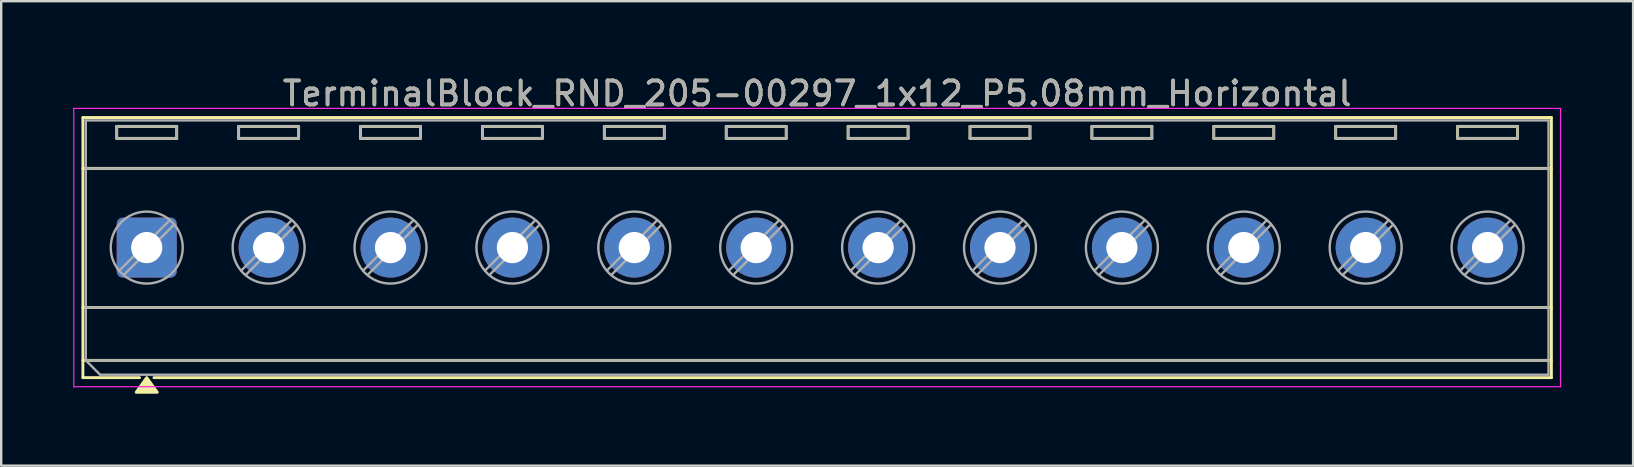
<source format=kicad_pcb>
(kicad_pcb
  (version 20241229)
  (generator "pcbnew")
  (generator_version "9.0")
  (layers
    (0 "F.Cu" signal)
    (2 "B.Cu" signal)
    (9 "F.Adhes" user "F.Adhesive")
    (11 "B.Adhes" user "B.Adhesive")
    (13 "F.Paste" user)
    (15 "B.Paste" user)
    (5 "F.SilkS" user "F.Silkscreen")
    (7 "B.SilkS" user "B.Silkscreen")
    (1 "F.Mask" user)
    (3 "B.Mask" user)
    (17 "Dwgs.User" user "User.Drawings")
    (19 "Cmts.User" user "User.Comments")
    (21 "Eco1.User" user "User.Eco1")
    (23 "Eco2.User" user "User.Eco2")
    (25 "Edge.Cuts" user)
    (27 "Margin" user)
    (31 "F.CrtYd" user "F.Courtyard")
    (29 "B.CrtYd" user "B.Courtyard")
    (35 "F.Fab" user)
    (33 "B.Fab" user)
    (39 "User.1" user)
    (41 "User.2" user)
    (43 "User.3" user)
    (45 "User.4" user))
  (footprint "TerminalBlock_RND_205-00297_1x12_P5.08mm_Horizontal"
    (layer "F.Cu")
    (at 3.065 7.268)
    (property "Reference" "TerminalBlock_RND_205-00297_1x12_P5.08mm_Horizontal" (at 27.94 -6.42 0) (layer "F.SilkS") (effects (font (size 1 1) (thickness 0.15))))
    (attr through_hole)
    (fp_line (start -2.66 -5.42) (end 58.54 -5.42) (stroke (width 0.12) (type solid)) (layer "F.SilkS"))
    (fp_line (start -2.66 -3.3) (end 58.54 -3.3) (stroke (width 0.12) (type solid)) (layer "F.SilkS"))
    (fp_line (start -2.66 2.5) (end 58.54 2.5) (stroke (width 0.12) (type solid)) (layer "F.SilkS"))
    (fp_line (start -2.66 4.7) (end 58.54 4.7) (stroke (width 0.12) (type solid)) (layer "F.SilkS"))
    (fp_line (start -2.66 5.42) (end -2.66 -5.42) (stroke (width 0.12) (type solid)) (layer "F.SilkS"))
    (fp_line (start -1.25 -5.05) (end 1.25 -5.05) (stroke (width 0.12) (type solid)) (layer "F.SilkS"))
    (fp_line (start -1.25 -4.55) (end -1.25 -5.05) (stroke (width 0.12) (type solid)) (layer "F.SilkS"))
    (fp_line (start -0.3 5.42) (end -2.66 5.42) (stroke (width 0.12) (type solid)) (layer "F.SilkS"))
    (fp_line (start 1.25 -5.05) (end 1.25 -4.55) (stroke (width 0.12) (type solid)) (layer "F.SilkS"))
    (fp_line (start 1.25 -4.55) (end -1.25 -4.55) (stroke (width 0.12) (type solid)) (layer "F.SilkS"))
    (fp_line (start 3.83 -5.05) (end 6.33 -5.05) (stroke (width 0.12) (type solid)) (layer "F.SilkS"))
    (fp_line (start 3.83 -4.55) (end 3.83 -5.05) (stroke (width 0.12) (type solid)) (layer "F.SilkS"))
    (fp_line (start 6.33 -5.05) (end 6.33 -4.55) (stroke (width 0.12) (type solid)) (layer "F.SilkS"))
    (fp_line (start 6.33 -4.55) (end 3.83 -4.55) (stroke (width 0.12) (type solid)) (layer "F.SilkS"))
    (fp_line (start 8.91 -5.05) (end 11.41 -5.05) (stroke (width 0.12) (type solid)) (layer "F.SilkS"))
    (fp_line (start 8.91 -4.55) (end 8.91 -5.05) (stroke (width 0.12) (type solid)) (layer "F.SilkS"))
    (fp_line (start 11.41 -5.05) (end 11.41 -4.55) (stroke (width 0.12) (type solid)) (layer "F.SilkS"))
    (fp_line (start 11.41 -4.55) (end 8.91 -4.55) (stroke (width 0.12) (type solid)) (layer "F.SilkS"))
    (fp_line (start 13.99 -5.05) (end 16.49 -5.05) (stroke (width 0.12) (type solid)) (layer "F.SilkS"))
    (fp_line (start 13.99 -4.55) (end 13.99 -5.05) (stroke (width 0.12) (type solid)) (layer "F.SilkS"))
    (fp_line (start 16.49 -5.05) (end 16.49 -4.55) (stroke (width 0.12) (type solid)) (layer "F.SilkS"))
    (fp_line (start 16.49 -4.55) (end 13.99 -4.55) (stroke (width 0.12) (type solid)) (layer "F.SilkS"))
    (fp_line (start 19.07 -5.05) (end 21.57 -5.05) (stroke (width 0.12) (type solid)) (layer "F.SilkS"))
    (fp_line (start 19.07 -4.55) (end 19.07 -5.05) (stroke (width 0.12) (type solid)) (layer "F.SilkS"))
    (fp_line (start 21.57 -5.05) (end 21.57 -4.55) (stroke (width 0.12) (type solid)) (layer "F.SilkS"))
    (fp_line (start 21.57 -4.55) (end 19.07 -4.55) (stroke (width 0.12) (type solid)) (layer "F.SilkS"))
    (fp_line (start 24.15 -5.05) (end 26.65 -5.05) (stroke (width 0.12) (type solid)) (layer "F.SilkS"))
    (fp_line (start 24.15 -4.55) (end 24.15 -5.05) (stroke (width 0.12) (type solid)) (layer "F.SilkS"))
    (fp_line (start 26.65 -5.05) (end 26.65 -4.55) (stroke (width 0.12) (type solid)) (layer "F.SilkS"))
    (fp_line (start 26.65 -4.55) (end 24.15 -4.55) (stroke (width 0.12) (type solid)) (layer "F.SilkS"))
    (fp_line (start 29.23 -5.05) (end 31.73 -5.05) (stroke (width 0.12) (type solid)) (layer "F.SilkS"))
    (fp_line (start 29.23 -4.55) (end 29.23 -5.05) (stroke (width 0.12) (type solid)) (layer "F.SilkS"))
    (fp_line (start 31.73 -5.05) (end 31.73 -4.55) (stroke (width 0.12) (type solid)) (layer "F.SilkS"))
    (fp_line (start 31.73 -4.55) (end 29.23 -4.55) (stroke (width 0.12) (type solid)) (layer "F.SilkS"))
    (fp_line (start 34.31 -5.05) (end 36.81 -5.05) (stroke (width 0.12) (type solid)) (layer "F.SilkS"))
    (fp_line (start 34.31 -4.55) (end 34.31 -5.05) (stroke (width 0.12) (type solid)) (layer "F.SilkS"))
    (fp_line (start 36.81 -5.05) (end 36.81 -4.55) (stroke (width 0.12) (type solid)) (layer "F.SilkS"))
    (fp_line (start 36.81 -4.55) (end 34.31 -4.55) (stroke (width 0.12) (type solid)) (layer "F.SilkS"))
    (fp_line (start 39.39 -5.05) (end 41.89 -5.05) (stroke (width 0.12) (type solid)) (layer "F.SilkS"))
    (fp_line (start 39.39 -4.55) (end 39.39 -5.05) (stroke (width 0.12) (type solid)) (layer "F.SilkS"))
    (fp_line (start 41.89 -5.05) (end 41.89 -4.55) (stroke (width 0.12) (type solid)) (layer "F.SilkS"))
    (fp_line (start 41.89 -4.55) (end 39.39 -4.55) (stroke (width 0.12) (type solid)) (layer "F.SilkS"))
    (fp_line (start 44.47 -5.05) (end 46.97 -5.05) (stroke (width 0.12) (type solid)) (layer "F.SilkS"))
    (fp_line (start 44.47 -4.55) (end 44.47 -5.05) (stroke (width 0.12) (type solid)) (layer "F.SilkS"))
    (fp_line (start 46.97 -5.05) (end 46.97 -4.55) (stroke (width 0.12) (type solid)) (layer "F.SilkS"))
    (fp_line (start 46.97 -4.55) (end 44.47 -4.55) (stroke (width 0.12) (type solid)) (layer "F.SilkS"))
    (fp_line (start 49.55 -5.05) (end 52.05 -5.05) (stroke (width 0.12) (type solid)) (layer "F.SilkS"))
    (fp_line (start 49.55 -4.55) (end 49.55 -5.05) (stroke (width 0.12) (type solid)) (layer "F.SilkS"))
    (fp_line (start 52.05 -5.05) (end 52.05 -4.55) (stroke (width 0.12) (type solid)) (layer "F.SilkS"))
    (fp_line (start 52.05 -4.55) (end 49.55 -4.55) (stroke (width 0.12) (type solid)) (layer "F.SilkS"))
    (fp_line (start 54.63 -5.05) (end 57.13 -5.05) (stroke (width 0.12) (type solid)) (layer "F.SilkS"))
    (fp_line (start 54.63 -4.55) (end 54.63 -5.05) (stroke (width 0.12) (type solid)) (layer "F.SilkS"))
    (fp_line (start 57.13 -5.05) (end 57.13 -4.55) (stroke (width 0.12) (type solid)) (layer "F.SilkS"))
    (fp_line (start 57.13 -4.55) (end 54.63 -4.55) (stroke (width 0.12) (type solid)) (layer "F.SilkS"))
    (fp_line (start 58.54 -5.42) (end 58.54 5.42) (stroke (width 0.12) (type solid)) (layer "F.SilkS"))
    (fp_line (start 58.54 5.42) (end 0.3 5.42) (stroke (width 0.12) (type solid)) (layer "F.SilkS"))
    (fp_poly (pts (xy 0 5.42) (xy 0.44 6.03) (xy -0.44 6.03)) (stroke (width 0.12) (type solid)) (fill yes) (layer "F.SilkS"))
    (fp_line (start -3.04 -5.8) (end -3.04 5.8) (stroke (width 0.05) (type solid)) (layer "F.CrtYd"))
    (fp_line (start -3.04 5.8) (end 58.92 5.8) (stroke (width 0.05) (type solid)) (layer "F.CrtYd"))
    (fp_line (start 58.92 -5.8) (end -3.04 -5.8) (stroke (width 0.05) (type solid)) (layer "F.CrtYd"))
    (fp_line (start 58.92 5.8) (end 58.92 -5.8) (stroke (width 0.05) (type solid)) (layer "F.CrtYd"))
    (fp_line (start -2.54 -5.3) (end 58.42 -5.3) (stroke (width 0.1) (type solid)) (layer "F.Fab"))
    (fp_line (start -2.54 -3.3) (end 58.42 -3.3) (stroke (width 0.1) (type solid)) (layer "F.Fab"))
    (fp_line (start -2.54 2.5) (end 58.42 2.5) (stroke (width 0.1) (type solid)) (layer "F.Fab"))
    (fp_line (start -2.54 4.7) (end -2.54 -5.3) (stroke (width 0.1) (type solid)) (layer "F.Fab"))
    (fp_line (start -2.54 4.7) (end 58.42 4.7) (stroke (width 0.1) (type solid)) (layer "F.Fab"))
    (fp_line (start -1.94 5.3) (end -2.54 4.7) (stroke (width 0.1) (type solid)) (layer "F.Fab"))
    (fp_line (start -1.25 -5.05) (end -1.25 -4.55) (stroke (width 0.1) (type solid)) (layer "F.Fab"))
    (fp_line (start -1.25 -4.55) (end 1.25 -4.55) (stroke (width 0.1) (type solid)) (layer "F.Fab"))
    (fp_line (start 0.955 -1.138) (end -1.138 0.955) (stroke (width 0.1) (type solid)) (layer "F.Fab"))
    (fp_line (start 1.138 -0.955) (end -0.955 1.138) (stroke (width 0.1) (type solid)) (layer "F.Fab"))
    (fp_line (start 1.25 -5.05) (end -1.25 -5.05) (stroke (width 0.1) (type solid)) (layer "F.Fab"))
    (fp_line (start 1.25 -4.55) (end 1.25 -5.05) (stroke (width 0.1) (type solid)) (layer "F.Fab"))
    (fp_line (start 3.83 -5.05) (end 3.83 -4.55) (stroke (width 0.1) (type solid)) (layer "F.Fab"))
    (fp_line (start 3.83 -4.55) (end 6.33 -4.55) (stroke (width 0.1) (type solid)) (layer "F.Fab"))
    (fp_line (start 6.035 -1.138) (end 3.942 0.955) (stroke (width 0.1) (type solid)) (layer "F.Fab"))
    (fp_line (start 6.218 -0.955) (end 4.125 1.138) (stroke (width 0.1) (type solid)) (layer "F.Fab"))
    (fp_line (start 6.33 -5.05) (end 3.83 -5.05) (stroke (width 0.1) (type solid)) (layer "F.Fab"))
    (fp_line (start 6.33 -4.55) (end 6.33 -5.05) (stroke (width 0.1) (type solid)) (layer "F.Fab"))
    (fp_line (start 8.91 -5.05) (end 8.91 -4.55) (stroke (width 0.1) (type solid)) (layer "F.Fab"))
    (fp_line (start 8.91 -4.55) (end 11.41 -4.55) (stroke (width 0.1) (type solid)) (layer "F.Fab"))
    (fp_line (start 11.115 -1.138) (end 9.022 0.955) (stroke (width 0.1) (type solid)) (layer "F.Fab"))
    (fp_line (start 11.298 -0.955) (end 9.205 1.138) (stroke (width 0.1) (type solid)) (layer "F.Fab"))
    (fp_line (start 11.41 -5.05) (end 8.91 -5.05) (stroke (width 0.1) (type solid)) (layer "F.Fab"))
    (fp_line (start 11.41 -4.55) (end 11.41 -5.05) (stroke (width 0.1) (type solid)) (layer "F.Fab"))
    (fp_line (start 13.99 -5.05) (end 13.99 -4.55) (stroke (width 0.1) (type solid)) (layer "F.Fab"))
    (fp_line (start 13.99 -4.55) (end 16.49 -4.55) (stroke (width 0.1) (type solid)) (layer "F.Fab"))
    (fp_line (start 16.195 -1.138) (end 14.102 0.955) (stroke (width 0.1) (type solid)) (layer "F.Fab"))
    (fp_line (start 16.378 -0.955) (end 14.285 1.138) (stroke (width 0.1) (type solid)) (layer "F.Fab"))
    (fp_line (start 16.49 -5.05) (end 13.99 -5.05) (stroke (width 0.1) (type solid)) (layer "F.Fab"))
    (fp_line (start 16.49 -4.55) (end 16.49 -5.05) (stroke (width 0.1) (type solid)) (layer "F.Fab"))
    (fp_line (start 19.07 -5.05) (end 19.07 -4.55) (stroke (width 0.1) (type solid)) (layer "F.Fab"))
    (fp_line (start 19.07 -4.55) (end 21.57 -4.55) (stroke (width 0.1) (type solid)) (layer "F.Fab"))
    (fp_line (start 21.275 -1.138) (end 19.182 0.955) (stroke (width 0.1) (type solid)) (layer "F.Fab"))
    (fp_line (start 21.458 -0.955) (end 19.365 1.138) (stroke (width 0.1) (type solid)) (layer "F.Fab"))
    (fp_line (start 21.57 -5.05) (end 19.07 -5.05) (stroke (width 0.1) (type solid)) (layer "F.Fab"))
    (fp_line (start 21.57 -4.55) (end 21.57 -5.05) (stroke (width 0.1) (type solid)) (layer "F.Fab"))
    (fp_line (start 24.15 -5.05) (end 24.15 -4.55) (stroke (width 0.1) (type solid)) (layer "F.Fab"))
    (fp_line (start 24.15 -4.55) (end 26.65 -4.55) (stroke (width 0.1) (type solid)) (layer "F.Fab"))
    (fp_line (start 26.355 -1.138) (end 24.262 0.955) (stroke (width 0.1) (type solid)) (layer "F.Fab"))
    (fp_line (start 26.538 -0.955) (end 24.445 1.138) (stroke (width 0.1) (type solid)) (layer "F.Fab"))
    (fp_line (start 26.65 -5.05) (end 24.15 -5.05) (stroke (width 0.1) (type solid)) (layer "F.Fab"))
    (fp_line (start 26.65 -4.55) (end 26.65 -5.05) (stroke (width 0.1) (type solid)) (layer "F.Fab"))
    (fp_line (start 29.23 -5.05) (end 29.23 -4.55) (stroke (width 0.1) (type solid)) (layer "F.Fab"))
    (fp_line (start 29.23 -4.55) (end 31.73 -4.55) (stroke (width 0.1) (type solid)) (layer "F.Fab"))
    (fp_line (start 31.435 -1.138) (end 29.342 0.955) (stroke (width 0.1) (type solid)) (layer "F.Fab"))
    (fp_line (start 31.618 -0.955) (end 29.525 1.138) (stroke (width 0.1) (type solid)) (layer "F.Fab"))
    (fp_line (start 31.73 -5.05) (end 29.23 -5.05) (stroke (width 0.1) (type solid)) (layer "F.Fab"))
    (fp_line (start 31.73 -4.55) (end 31.73 -5.05) (stroke (width 0.1) (type solid)) (layer "F.Fab"))
    (fp_line (start 34.31 -5.05) (end 34.31 -4.55) (stroke (width 0.1) (type solid)) (layer "F.Fab"))
    (fp_line (start 34.31 -4.55) (end 36.81 -4.55) (stroke (width 0.1) (type solid)) (layer "F.Fab"))
    (fp_line (start 36.515 -1.138) (end 34.422 0.955) (stroke (width 0.1) (type solid)) (layer "F.Fab"))
    (fp_line (start 36.698 -0.955) (end 34.605 1.138) (stroke (width 0.1) (type solid)) (layer "F.Fab"))
    (fp_line (start 36.81 -5.05) (end 34.31 -5.05) (stroke (width 0.1) (type solid)) (layer "F.Fab"))
    (fp_line (start 36.81 -4.55) (end 36.81 -5.05) (stroke (width 0.1) (type solid)) (layer "F.Fab"))
    (fp_line (start 39.39 -5.05) (end 39.39 -4.55) (stroke (width 0.1) (type solid)) (layer "F.Fab"))
    (fp_line (start 39.39 -4.55) (end 41.89 -4.55) (stroke (width 0.1) (type solid)) (layer "F.Fab"))
    (fp_line (start 41.595 -1.138) (end 39.502 0.955) (stroke (width 0.1) (type solid)) (layer "F.Fab"))
    (fp_line (start 41.778 -0.955) (end 39.685 1.138) (stroke (width 0.1) (type solid)) (layer "F.Fab"))
    (fp_line (start 41.89 -5.05) (end 39.39 -5.05) (stroke (width 0.1) (type solid)) (layer "F.Fab"))
    (fp_line (start 41.89 -4.55) (end 41.89 -5.05) (stroke (width 0.1) (type solid)) (layer "F.Fab"))
    (fp_line (start 44.47 -5.05) (end 44.47 -4.55) (stroke (width 0.1) (type solid)) (layer "F.Fab"))
    (fp_line (start 44.47 -4.55) (end 46.97 -4.55) (stroke (width 0.1) (type solid)) (layer "F.Fab"))
    (fp_line (start 46.675 -1.138) (end 44.582 0.955) (stroke (width 0.1) (type solid)) (layer "F.Fab"))
    (fp_line (start 46.858 -0.955) (end 44.765 1.138) (stroke (width 0.1) (type solid)) (layer "F.Fab"))
    (fp_line (start 46.97 -5.05) (end 44.47 -5.05) (stroke (width 0.1) (type solid)) (layer "F.Fab"))
    (fp_line (start 46.97 -4.55) (end 46.97 -5.05) (stroke (width 0.1) (type solid)) (layer "F.Fab"))
    (fp_line (start 49.55 -5.05) (end 49.55 -4.55) (stroke (width 0.1) (type solid)) (layer "F.Fab"))
    (fp_line (start 49.55 -4.55) (end 52.05 -4.55) (stroke (width 0.1) (type solid)) (layer "F.Fab"))
    (fp_line (start 51.755 -1.138) (end 49.662 0.955) (stroke (width 0.1) (type solid)) (layer "F.Fab"))
    (fp_line (start 51.938 -0.955) (end 49.845 1.138) (stroke (width 0.1) (type solid)) (layer "F.Fab"))
    (fp_line (start 52.05 -5.05) (end 49.55 -5.05) (stroke (width 0.1) (type solid)) (layer "F.Fab"))
    (fp_line (start 52.05 -4.55) (end 52.05 -5.05) (stroke (width 0.1) (type solid)) (layer "F.Fab"))
    (fp_line (start 54.63 -5.05) (end 54.63 -4.55) (stroke (width 0.1) (type solid)) (layer "F.Fab"))
    (fp_line (start 54.63 -4.55) (end 57.13 -4.55) (stroke (width 0.1) (type solid)) (layer "F.Fab"))
    (fp_line (start 56.835 -1.138) (end 54.742 0.955) (stroke (width 0.1) (type solid)) (layer "F.Fab"))
    (fp_line (start 57.018 -0.955) (end 54.925 1.138) (stroke (width 0.1) (type solid)) (layer "F.Fab"))
    (fp_line (start 57.13 -5.05) (end 54.63 -5.05) (stroke (width 0.1) (type solid)) (layer "F.Fab"))
    (fp_line (start 57.13 -4.55) (end 57.13 -5.05) (stroke (width 0.1) (type solid)) (layer "F.Fab"))
    (fp_line (start 58.42 -5.3) (end 58.42 5.3) (stroke (width 0.1) (type solid)) (layer "F.Fab"))
    (fp_line (start 58.42 5.3) (end -1.94 5.3) (stroke (width 0.1) (type solid)) (layer "F.Fab"))
    (fp_circle (center 0 0) (end 1.5 0) (stroke (width 0.1) (type solid)) (fill no) (layer "F.Fab"))
    (fp_circle (center 5.08 0) (end 6.58 0) (stroke (width 0.1) (type solid)) (fill no) (layer "F.Fab"))
    (fp_circle (center 10.16 0) (end 11.66 0) (stroke (width 0.1) (type solid)) (fill no) (layer "F.Fab"))
    (fp_circle (center 15.24 0) (end 16.74 0) (stroke (width 0.1) (type solid)) (fill no) (layer "F.Fab"))
    (fp_circle (center 20.32 0) (end 21.82 0) (stroke (width 0.1) (type solid)) (fill no) (layer "F.Fab"))
    (fp_circle (center 25.4 0) (end 26.9 0) (stroke (width 0.1) (type solid)) (fill no) (layer "F.Fab"))
    (fp_circle (center 30.48 0) (end 31.98 0) (stroke (width 0.1) (type solid)) (fill no) (layer "F.Fab"))
    (fp_circle (center 35.56 0) (end 37.06 0) (stroke (width 0.1) (type solid)) (fill no) (layer "F.Fab"))
    (fp_circle (center 40.64 0) (end 42.14 0) (stroke (width 0.1) (type solid)) (fill no) (layer "F.Fab"))
    (fp_circle (center 45.72 0) (end 47.22 0) (stroke (width 0.1) (type solid)) (fill no) (layer "F.Fab"))
    (fp_circle (center 50.8 0) (end 52.3 0) (stroke (width 0.1) (type solid)) (fill no) (layer "F.Fab"))
    (fp_circle (center 55.88 0) (end 57.38 0) (stroke (width 0.1) (type solid)) (fill no) (layer "F.Fab"))
    (fp_text user "${REFERENCE}" (at 27.94 -6.42 0) (layer "F.Fab") (effects (font (size 1 1) (thickness 0.15))))
    (pad "1" thru_hole roundrect (at 0 0) (size 2.5 2.5) (drill 1.3) (layers "*.Cu" "*.Mask") (roundrect_rratio 0.1))
    (pad "2" thru_hole circle (at 5.08 0) (size 2.5 2.5) (drill 1.3) (layers "*.Cu" "*.Mask"))
    (pad "3" thru_hole circle (at 10.16 0) (size 2.5 2.5) (drill 1.3) (layers "*.Cu" "*.Mask"))
    (pad "4" thru_hole circle (at 15.24 0) (size 2.5 2.5) (drill 1.3) (layers "*.Cu" "*.Mask"))
    (pad "5" thru_hole circle (at 20.32 0) (size 2.5 2.5) (drill 1.3) (layers "*.Cu" "*.Mask"))
    (pad "6" thru_hole circle (at 25.4 0) (size 2.5 2.5) (drill 1.3) (layers "*.Cu" "*.Mask"))
    (pad "7" thru_hole circle (at 30.48 0) (size 2.5 2.5) (drill 1.3) (layers "*.Cu" "*.Mask"))
    (pad "8" thru_hole circle (at 35.56 0) (size 2.5 2.5) (drill 1.3) (layers "*.Cu" "*.Mask"))
    (pad "9" thru_hole circle (at 40.64 0) (size 2.5 2.5) (drill 1.3) (layers "*.Cu" "*.Mask"))
    (pad "10" thru_hole circle (at 45.72 0) (size 2.5 2.5) (drill 1.3) (layers "*.Cu" "*.Mask"))
    (pad "11" thru_hole circle (at 50.8 0) (size 2.5 2.5) (drill 1.3) (layers "*.Cu" "*.Mask"))
    (pad "12" thru_hole circle (at 55.88 0) (size 2.5 2.5) (drill 1.3) (layers "*.Cu" "*.Mask")))
  (gr_rect
    (start -3 -3)
    (end 65.01 16.358)
    (stroke (width 0.1) (type default))
    (fill no)
    (layer "Edge.Cuts")))
</source>
